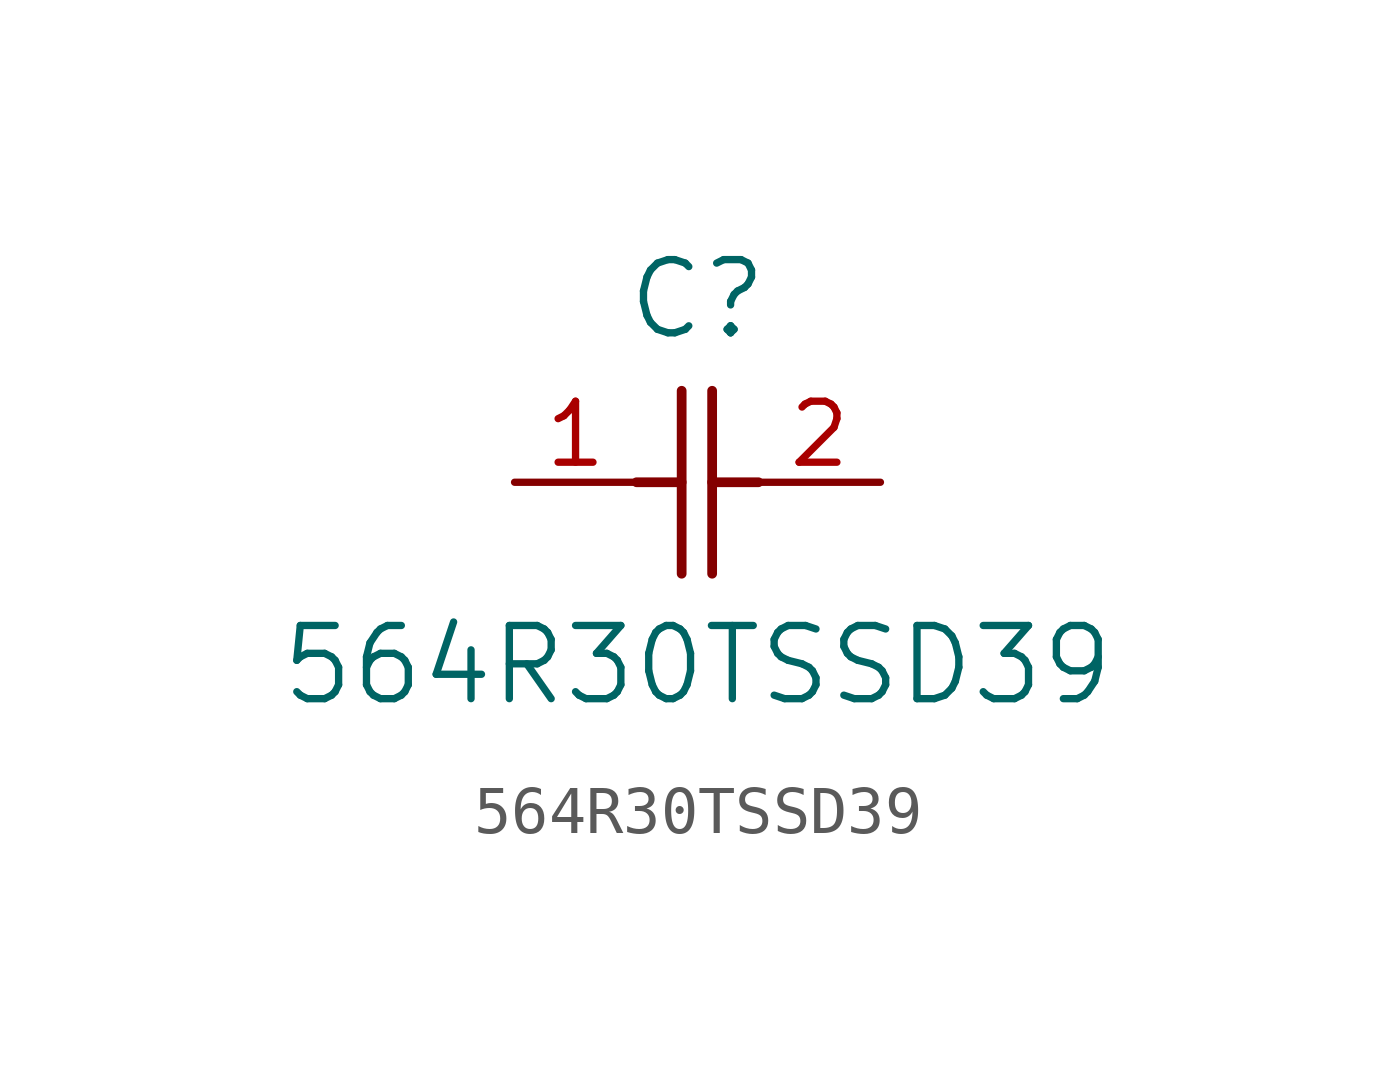
<source format=kicad_sym>
(kicad_symbol_lib
  (version 20211014)
  (generator kicad_symbol_editor)
  (symbol "564R30TSSD39"
    (pin_names
      (offset 0.254))
    (property "Reference" "C"
      (at 3.81 3.81 0)
      (effects (font (size 1.524 1.524))))
    (property "Value" "564R30TSSD39"
      (at 3.81 -3.81 0)
      (effects (font (size 1.524 1.524))))
    (symbol "564R30TSSD39_0_1"
      (polyline (pts (xy 3.48 -1.905) (xy 3.48 1.905)) (stroke (width 0.203) (type default) (color 0 0 0 0)) (fill (type none)))
      (polyline (pts (xy 4.115 -1.905) (xy 4.115 1.905)) (stroke (width 0.203) (type default) (color 0 0 0 0)) (fill (type none)))
      (polyline (pts (xy 4.115 0) (xy 5.08 0)) (stroke (width 0.203) (type default) (color 0 0 0 0)) (fill (type none)))
      (polyline (pts (xy 2.54 0) (xy 3.48 0)) (stroke (width 0.203) (type default) (color 0 0 0 0)) (fill (type none)))
      (pin unspecified line (at 0 0 0) (length 2.54) (name "" (effects (font (size 1.27 1.27)))) (number "1" (effects (font (size 1.27 1.27)))))
      (pin unspecified line (at 7.62 0 180) (length 2.54) (name "" (effects (font (size 1.27 1.27)))) (number "2" (effects (font (size 1.27 1.27))))))))
</source>
